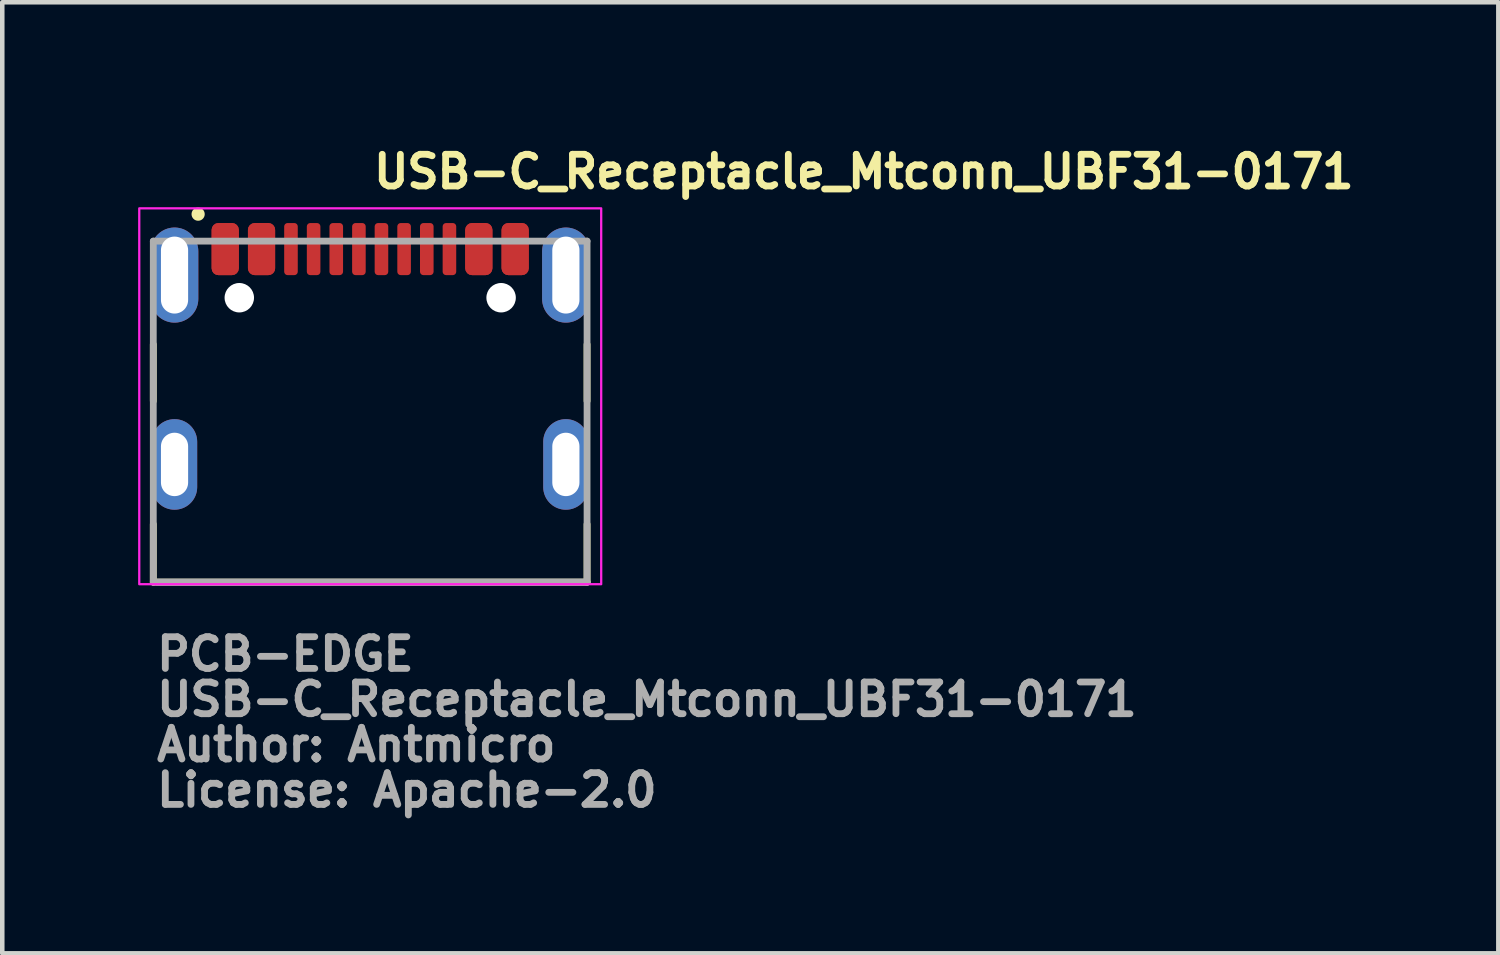
<source format=kicad_pcb>
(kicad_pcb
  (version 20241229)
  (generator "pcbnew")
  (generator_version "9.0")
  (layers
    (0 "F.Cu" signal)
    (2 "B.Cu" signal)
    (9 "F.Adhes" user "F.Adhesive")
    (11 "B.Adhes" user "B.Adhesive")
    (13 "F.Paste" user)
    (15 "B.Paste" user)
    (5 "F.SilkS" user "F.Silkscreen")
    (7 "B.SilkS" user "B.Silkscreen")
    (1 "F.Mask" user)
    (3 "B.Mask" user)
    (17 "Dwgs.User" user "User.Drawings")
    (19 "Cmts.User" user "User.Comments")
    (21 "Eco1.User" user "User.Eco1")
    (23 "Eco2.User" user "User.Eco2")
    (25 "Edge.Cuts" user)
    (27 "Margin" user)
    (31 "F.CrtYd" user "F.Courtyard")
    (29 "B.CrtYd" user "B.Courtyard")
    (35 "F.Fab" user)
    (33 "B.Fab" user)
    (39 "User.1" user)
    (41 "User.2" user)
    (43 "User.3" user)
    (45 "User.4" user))
  (footprint "USB-C_Receptacle_Mtconn_UBF31-0171"
    (layer "F.Cu")
    (at 5.125 5.95)
    (property "Reference" "USB-C_Receptacle_Mtconn_UBF31-0171" (at 0 -4.8 0) (layer "F.SilkS") (effects (font (size 0.7 0.7) (thickness 0.15)) (justify left bottom)))
    (attr smd)
    (fp_line (start -4.79 -1.395) (end -4.79 -0.145) (stroke (width 0.15) (type solid)) (layer "F.SilkS"))
    (fp_line (start -4.79 2.575) (end -4.79 3.854) (stroke (width 0.15) (type solid)) (layer "F.SilkS"))
    (fp_line (start -4.79 3.854) (end 4.788 3.854) (stroke (width 0.15) (type solid)) (layer "F.SilkS"))
    (fp_line (start 4.788 -1.395) (end 4.788 -0.145) (stroke (width 0.15) (type solid)) (layer "F.SilkS"))
    (fp_line (start 4.788 3.854) (end 4.788 2.575) (stroke (width 0.15) (type solid)) (layer "F.SilkS"))
    (fp_circle (center -3.8 -4.271) (end -3.75 -4.221) (stroke (width 0.15) (type solid)) (fill yes) (layer "F.SilkS"))
    (fp_rect (start -5.1 -4.4) (end 5.1 3.9) (stroke (width 0.05) (type solid)) (fill no) (layer "F.CrtYd"))
    (fp_line (start -4.79 -3.676) (end 4.788 -3.676) (stroke (width 0.15) (type solid)) (layer "F.Fab"))
    (fp_line (start -4.79 3.854) (end -4.79 -3.676) (stroke (width 0.15) (type solid)) (layer "F.Fab"))
    (fp_line (start -4.702 3.854) (end 4.788 3.854) (stroke (width 0.15) (type solid)) (layer "F.Fab"))
    (fp_line (start 4.788 -3.676) (end 4.788 3.854) (stroke (width 0.15) (type solid)) (layer "F.Fab"))
    (fp_line (start 4.788 3.854) (end -4.79 3.854) (stroke (width 0.15) (type solid)) (layer "F.Fab"))
    (fp_rect (start -4.79 -3.856) (end 4.788 3.854) (stroke (width 0.1) (type solid)) (fill no) (layer "User.5"))
    (fp_line (start -4.79 -3.25) (end -4.79 -3.226) (stroke (width 0.02) (type solid)) (layer "User.9"))
    (fp_line (start -4.79 -3.226) (end -4.79 -2.077) (stroke (width 0.02) (type solid)) (layer "User.9"))
    (fp_line (start -4.79 -1.875) (end -4.79 -2.077) (stroke (width 0.02) (type solid)) (layer "User.9"))
    (fp_line (start -4.789 -3.273) (end -4.79 -3.25) (stroke (width 0.02) (type solid)) (layer "User.9"))
    (fp_line (start -4.786 -3.294) (end -4.789 -3.273) (stroke (width 0.02) (type solid)) (layer "User.9"))
    (fp_line (start -4.781 -3.317) (end -4.786 -3.294) (stroke (width 0.02) (type solid)) (layer "User.9"))
    (fp_line (start -4.776 -3.339) (end -4.781 -3.317) (stroke (width 0.02) (type solid)) (layer "User.9"))
    (fp_line (start -4.771 -3.359) (end -4.776 -3.339) (stroke (width 0.02) (type solid)) (layer "User.9"))
    (fp_line (start -4.763 -3.38) (end -4.771 -3.359) (stroke (width 0.02) (type solid)) (layer "User.9"))
    (fp_line (start -4.755 -3.402) (end -4.763 -3.38) (stroke (width 0.02) (type solid)) (layer "User.9"))
    (fp_line (start -4.747 -3.422) (end -4.755 -3.402) (stroke (width 0.02) (type solid)) (layer "User.9"))
    (fp_line (start -4.736 -3.44) (end -4.747 -3.422) (stroke (width 0.02) (type solid)) (layer "User.9"))
    (fp_line (start -4.726 -3.46) (end -4.736 -3.44) (stroke (width 0.02) (type solid)) (layer "User.9"))
    (fp_line (start -4.715 -3.477) (end -4.726 -3.46) (stroke (width 0.02) (type solid)) (layer "User.9"))
    (fp_line (start -4.702 -3.496) (end -4.715 -3.477) (stroke (width 0.02) (type solid)) (layer "User.9"))
    (fp_line (start -4.688 -3.512) (end -4.702 -3.496) (stroke (width 0.02) (type solid)) (layer "User.9"))
    (fp_line (start -4.675 -3.528) (end -4.688 -3.512) (stroke (width 0.02) (type solid)) (layer "User.9"))
    (fp_line (start -4.659 -3.544) (end -4.675 -3.528) (stroke (width 0.02) (type solid)) (layer "User.9"))
    (fp_line (start -4.643 -3.56) (end -4.659 -3.544) (stroke (width 0.02) (type solid)) (layer "User.9"))
    (fp_line (start -4.64 -1.875) (end -4.79 -1.875) (stroke (width 0.02) (type solid)) (layer "User.9"))
    (fp_line (start -4.64 -1.875) (end -4.6 -1.917) (stroke (width 0.02) (type solid)) (layer "User.9"))
    (fp_line (start -4.627 -3.573) (end -4.643 -3.56) (stroke (width 0.02) (type solid)) (layer "User.9"))
    (fp_line (start -4.611 -3.586) (end -4.627 -3.573) (stroke (width 0.02) (type solid)) (layer "User.9"))
    (fp_line (start -4.6 -1.917) (end -4.6 -1.917) (stroke (width 0.02) (type solid)) (layer "User.9"))
    (fp_line (start -4.6 -1.917) (end -4.491 -2.025) (stroke (width 0.02) (type solid)) (layer "User.9"))
    (fp_line (start -4.593 -3.6) (end -4.611 -3.586) (stroke (width 0.02) (type solid)) (layer "User.9"))
    (fp_line (start -4.574 -3.61) (end -4.593 -3.6) (stroke (width 0.02) (type solid)) (layer "User.9"))
    (fp_line (start -4.555 -3.621) (end -4.574 -3.61) (stroke (width 0.02) (type solid)) (layer "User.9"))
    (fp_line (start -4.537 -3.632) (end -4.555 -3.621) (stroke (width 0.02) (type solid)) (layer "User.9"))
    (fp_line (start -4.516 -3.641) (end -4.537 -3.632) (stroke (width 0.02) (type solid)) (layer "User.9"))
    (fp_line (start -4.496 -3.649) (end -4.516 -3.641) (stroke (width 0.02) (type solid)) (layer "User.9"))
    (fp_line (start -4.491 -3.242) (end -4.491 -3.234) (stroke (width 0.02) (type solid)) (layer "User.9"))
    (fp_line (start -4.491 -3.234) (end -4.491 -3.226) (stroke (width 0.02) (type solid)) (layer "User.9"))
    (fp_line (start -4.491 -3.226) (end -4.491 -2.077) (stroke (width 0.02) (type solid)) (layer "User.9"))
    (fp_line (start -4.491 -2.327) (end -4.47 -2.327) (stroke (width 0.02) (type solid)) (layer "User.9"))
    (fp_line (start -4.491 -2.025) (end -4.491 -2.077) (stroke (width 0.02) (type solid)) (layer "User.9"))
    (fp_line (start -4.489 -3.249) (end -4.491 -3.242) (stroke (width 0.02) (type solid)) (layer "User.9"))
    (fp_line (start -4.488 -3.257) (end -4.489 -3.249) (stroke (width 0.02) (type solid)) (layer "User.9"))
    (fp_line (start -4.486 -3.263) (end -4.488 -3.257) (stroke (width 0.02) (type solid)) (layer "User.9"))
    (fp_line (start -4.484 -3.27) (end -4.486 -3.263) (stroke (width 0.02) (type solid)) (layer "User.9"))
    (fp_line (start -4.481 -3.278) (end -4.484 -3.27) (stroke (width 0.02) (type solid)) (layer "User.9"))
    (fp_line (start -4.479 -3.285) (end -4.481 -3.278) (stroke (width 0.02) (type solid)) (layer "User.9"))
    (fp_line (start -4.476 -3.291) (end -4.479 -3.285) (stroke (width 0.02) (type solid)) (layer "User.9"))
    (fp_line (start -4.475 -3.656) (end -4.496 -3.649) (stroke (width 0.02) (type solid)) (layer "User.9"))
    (fp_line (start -4.473 -3.298) (end -4.476 -3.291) (stroke (width 0.02) (type solid)) (layer "User.9"))
    (fp_line (start -4.47 -3.303) (end -4.473 -3.298) (stroke (width 0.02) (type solid)) (layer "User.9"))
    (fp_line (start -4.47 -3.176) (end -4.47 -3.301) (stroke (width 0.02) (type solid)) (layer "User.9"))
    (fp_line (start -4.47 -3.176) (end -4.47 -3.125) (stroke (width 0.02) (type solid)) (layer "User.9"))
    (fp_line (start -4.47 -3.125) (end -4.47 3.854) (stroke (width 0.02) (type solid)) (layer "User.9"))
    (fp_line (start -4.47 -2.952) (end -4.491 -2.923) (stroke (width 0.02) (type solid)) (layer "User.9"))
    (fp_line (start -4.465 -3.31) (end -4.47 -3.303) (stroke (width 0.02) (type solid)) (layer "User.9"))
    (fp_line (start -4.462 -3.315) (end -4.465 -3.31) (stroke (width 0.02) (type solid)) (layer "User.9"))
    (fp_line (start -4.462 -3.125) (end -4.47 -3.125) (stroke (width 0.02) (type solid)) (layer "User.9"))
    (fp_line (start -4.462 -3.125) (end -4.462 -3.125) (stroke (width 0.02) (type solid)) (layer "User.9"))
    (fp_line (start -4.462 3.854) (end -4.47 3.854) (stroke (width 0.02) (type solid)) (layer "User.9"))
    (fp_line (start -4.462 3.854) (end -4.462 3.854) (stroke (width 0.02) (type solid)) (layer "User.9"))
    (fp_line (start -4.457 -3.322) (end -4.462 -3.315) (stroke (width 0.02) (type solid)) (layer "User.9"))
    (fp_line (start -4.454 -3.661) (end -4.475 -3.656) (stroke (width 0.02) (type solid)) (layer "User.9"))
    (fp_line (start -4.452 -3.326) (end -4.457 -3.322) (stroke (width 0.02) (type solid)) (layer "User.9"))
    (fp_line (start -4.447 -3.332) (end -4.452 -3.326) (stroke (width 0.02) (type solid)) (layer "User.9"))
    (fp_line (start -4.441 -3.338) (end -4.447 -3.332) (stroke (width 0.02) (type solid)) (layer "User.9"))
    (fp_line (start -4.438 -3.125) (end -4.462 -3.125) (stroke (width 0.02) (type solid)) (layer "User.9"))
    (fp_line (start -4.438 -3.125) (end -4.438 -3.125) (stroke (width 0.02) (type solid)) (layer "User.9"))
    (fp_line (start -4.438 3.854) (end -4.462 3.854) (stroke (width 0.02) (type solid)) (layer "User.9"))
    (fp_line (start -4.438 3.854) (end -4.438 3.854) (stroke (width 0.02) (type solid)) (layer "User.9"))
    (fp_line (start -4.436 -3.342) (end -4.441 -3.338) (stroke (width 0.02) (type solid)) (layer "User.9"))
    (fp_line (start -4.431 -3.666) (end -4.454 -3.661) (stroke (width 0.02) (type solid)) (layer "User.9"))
    (fp_line (start -4.43 -3.347) (end -4.436 -3.342) (stroke (width 0.02) (type solid)) (layer "User.9"))
    (fp_line (start -4.425 -3.351) (end -4.43 -3.347) (stroke (width 0.02) (type solid)) (layer "User.9"))
    (fp_line (start -4.419 -3.355) (end -4.425 -3.351) (stroke (width 0.02) (type solid)) (layer "User.9"))
    (fp_line (start -4.412 -3.358) (end -4.419 -3.355) (stroke (width 0.02) (type solid)) (layer "User.9"))
    (fp_line (start -4.409 -3.67) (end -4.431 -3.666) (stroke (width 0.02) (type solid)) (layer "User.9"))
    (fp_line (start -4.406 -3.362) (end -4.412 -3.358) (stroke (width 0.02) (type solid)) (layer "User.9"))
    (fp_line (start -4.399 -3.364) (end -4.406 -3.362) (stroke (width 0.02) (type solid)) (layer "User.9"))
    (fp_line (start -4.399 -3.125) (end -4.438 -3.125) (stroke (width 0.02) (type solid)) (layer "User.9"))
    (fp_line (start -4.399 -3.125) (end -4.399 -3.125) (stroke (width 0.02) (type solid)) (layer "User.9"))
    (fp_line (start -4.399 3.854) (end -4.438 3.854) (stroke (width 0.02) (type solid)) (layer "User.9"))
    (fp_line (start -4.399 3.854) (end -4.399 3.854) (stroke (width 0.02) (type solid)) (layer "User.9"))
    (fp_line (start -4.393 -3.367) (end -4.399 -3.364) (stroke (width 0.02) (type solid)) (layer "User.9"))
    (fp_line (start -4.388 -3.673) (end -4.409 -3.67) (stroke (width 0.02) (type solid)) (layer "User.9"))
    (fp_line (start -4.385 -3.37) (end -4.393 -3.367) (stroke (width 0.02) (type solid)) (layer "User.9"))
    (fp_line (start -4.379 -3.371) (end -4.385 -3.37) (stroke (width 0.02) (type solid)) (layer "User.9"))
    (fp_line (start -4.372 -3.372) (end -4.379 -3.371) (stroke (width 0.02) (type solid)) (layer "User.9"))
    (fp_line (start -4.364 -3.676) (end -4.388 -3.673) (stroke (width 0.02) (type solid)) (layer "User.9"))
    (fp_line (start -4.364 -3.375) (end -4.372 -3.372) (stroke (width 0.02) (type solid)) (layer "User.9"))
    (fp_line (start -4.363 -3.285) (end -4.47 -3.176) (stroke (width 0.02) (type solid)) (layer "User.9"))
    (fp_line (start -4.363 -3.285) (end -4.363 -3.285) (stroke (width 0.02) (type solid)) (layer "User.9"))
    (fp_line (start -4.356 -3.375) (end -4.364 -3.375) (stroke (width 0.02) (type solid)) (layer "User.9"))
    (fp_line (start -4.348 -3.375) (end -4.356 -3.375) (stroke (width 0.02) (type solid)) (layer "User.9"))
    (fp_line (start -4.345 -3.125) (end -4.399 -3.125) (stroke (width 0.02) (type solid)) (layer "User.9"))
    (fp_line (start -4.345 -3.125) (end -4.345 -3.125) (stroke (width 0.02) (type solid)) (layer "User.9"))
    (fp_line (start -4.345 3.854) (end -4.399 3.854) (stroke (width 0.02) (type solid)) (layer "User.9"))
    (fp_line (start -4.345 3.854) (end -4.345 3.854) (stroke (width 0.02) (type solid)) (layer "User.9"))
    (fp_line (start -4.34 -3.676) (end -4.364 -3.676) (stroke (width 0.02) (type solid)) (layer "User.9"))
    (fp_line (start -4.34 -3.676) (end -4.321 -3.676) (stroke (width 0.02) (type solid)) (layer "User.9"))
    (fp_line (start -4.34 -3.375) (end -4.348 -3.375) (stroke (width 0.02) (type solid)) (layer "User.9"))
    (fp_line (start -4.34 -3.375) (end -4.321 -3.375) (stroke (width 0.02) (type solid)) (layer "User.9"))
    (fp_line (start -4.321 -3.676) (end -4.314 -3.676) (stroke (width 0.02) (type solid)) (layer "User.9"))
    (fp_line (start -4.321 -3.375) (end -4.321 -3.676) (stroke (width 0.02) (type solid)) (layer "User.9"))
    (fp_line (start -4.321 -3.375) (end -4.321 -3.326) (stroke (width 0.02) (type solid)) (layer "User.9"))
    (fp_line (start -4.321 -3.375) (end -4.314 -3.375) (stroke (width 0.02) (type solid)) (layer "User.9"))
    (fp_line (start -4.321 -3.326) (end -4.363 -3.285) (stroke (width 0.02) (type solid)) (layer "User.9"))
    (fp_line (start -4.314 -3.676) (end -4.314 -3.676) (stroke (width 0.02) (type solid)) (layer "User.9"))
    (fp_line (start -4.314 -3.676) (end -4.297 -3.676) (stroke (width 0.02) (type solid)) (layer "User.9"))
    (fp_line (start -4.314 -3.375) (end -4.314 -3.375) (stroke (width 0.02) (type solid)) (layer "User.9"))
    (fp_line (start -4.314 -3.375) (end -4.297 -3.375) (stroke (width 0.02) (type solid)) (layer "User.9"))
    (fp_line (start -4.297 -3.676) (end -4.297 -3.676) (stroke (width 0.02) (type solid)) (layer "User.9"))
    (fp_line (start -4.297 -3.676) (end -4.268 -3.676) (stroke (width 0.02) (type solid)) (layer "User.9"))
    (fp_line (start -4.297 -3.375) (end -4.297 -3.375) (stroke (width 0.02) (type solid)) (layer "User.9"))
    (fp_line (start -4.297 -3.375) (end -4.268 -3.375) (stroke (width 0.02) (type solid)) (layer "User.9"))
    (fp_line (start -4.274 -3.125) (end -4.345 -3.125) (stroke (width 0.02) (type solid)) (layer "User.9"))
    (fp_line (start -4.274 -3.125) (end -4.274 -3.125) (stroke (width 0.02) (type solid)) (layer "User.9"))
    (fp_line (start -4.274 3.854) (end -4.345 3.854) (stroke (width 0.02) (type solid)) (layer "User.9"))
    (fp_line (start -4.274 3.854) (end -4.274 3.854) (stroke (width 0.02) (type solid)) (layer "User.9"))
    (fp_line (start -4.268 -3.676) (end -4.268 -3.676) (stroke (width 0.02) (type solid)) (layer "User.9"))
    (fp_line (start -4.268 -3.676) (end -4.225 -3.676) (stroke (width 0.02) (type solid)) (layer "User.9"))
    (fp_line (start -4.268 -3.375) (end -4.268 -3.375) (stroke (width 0.02) (type solid)) (layer "User.9"))
    (fp_line (start -4.268 -3.375) (end -4.225 -3.375) (stroke (width 0.02) (type solid)) (layer "User.9"))
    (fp_line (start -4.225 -3.676) (end -4.225 -3.676) (stroke (width 0.02) (type solid)) (layer "User.9"))
    (fp_line (start -4.225 -3.676) (end -4.173 -3.676) (stroke (width 0.02) (type solid)) (layer "User.9"))
    (fp_line (start -4.225 -3.375) (end -4.225 -3.375) (stroke (width 0.02) (type solid)) (layer "User.9"))
    (fp_line (start -4.225 -3.375) (end -4.173 -3.375) (stroke (width 0.02) (type solid)) (layer "User.9"))
    (fp_line (start -4.191 -3.125) (end -4.274 -3.125) (stroke (width 0.02) (type solid)) (layer "User.9"))
    (fp_line (start -4.191 -3.125) (end -4.191 -3.125) (stroke (width 0.02) (type solid)) (layer "User.9"))
    (fp_line (start -4.191 3.854) (end -4.274 3.854) (stroke (width 0.02) (type solid)) (layer "User.9"))
    (fp_line (start -4.191 3.854) (end -4.191 3.854) (stroke (width 0.02) (type solid)) (layer "User.9"))
    (fp_line (start -4.173 -3.676) (end -4.173 -3.676) (stroke (width 0.02) (type solid)) (layer "User.9"))
    (fp_line (start -4.173 -3.676) (end -4.111 -3.676) (stroke (width 0.02) (type solid)) (layer "User.9"))
    (fp_line (start -4.173 -3.375) (end -4.173 -3.375) (stroke (width 0.02) (type solid)) (layer "User.9"))
    (fp_line (start -4.173 -3.375) (end -4.111 -3.375) (stroke (width 0.02) (type solid)) (layer "User.9"))
    (fp_line (start -4.17 -3.375) (end -4.17 -3.326) (stroke (width 0.02) (type solid)) (layer "User.9"))
    (fp_line (start -4.17 -3.326) (end -4.321 -3.326) (stroke (width 0.02) (type solid)) (layer "User.9"))
    (fp_line (start -4.17 -3.326) (end -4.17 -3.176) (stroke (width 0.02) (type solid)) (layer "User.9"))
    (fp_line (start -4.17 -3.176) (end -3.972 -3.375) (stroke (width 0.02) (type solid)) (layer "User.9"))
    (fp_line (start -4.17 -3.125) (end -4.17 -3.176) (stroke (width 0.02) (type solid)) (layer "User.9"))
    (fp_line (start -4.164 -3.176) (end -4.17 -3.176) (stroke (width 0.02) (type solid)) (layer "User.9"))
    (fp_line (start -4.164 -3.176) (end -4.164 -3.176) (stroke (width 0.02) (type solid)) (layer "User.9"))
    (fp_line (start -4.146 -3.176) (end -4.164 -3.176) (stroke (width 0.02) (type solid)) (layer "User.9"))
    (fp_line (start -4.146 -3.176) (end -4.146 -3.176) (stroke (width 0.02) (type solid)) (layer "User.9"))
    (fp_line (start -4.116 -3.176) (end -4.146 -3.176) (stroke (width 0.02) (type solid)) (layer "User.9"))
    (fp_line (start -4.116 -3.176) (end -4.116 -3.176) (stroke (width 0.02) (type solid)) (layer "User.9"))
    (fp_line (start -4.111 -3.676) (end -4.111 -3.676) (stroke (width 0.02) (type solid)) (layer "User.9"))
    (fp_line (start -4.111 -3.676) (end -4.037 -3.676) (stroke (width 0.02) (type solid)) (layer "User.9"))
    (fp_line (start -4.111 -3.375) (end -4.111 -3.375) (stroke (width 0.02) (type solid)) (layer "User.9"))
    (fp_line (start -4.111 -3.375) (end -4.037 -3.375) (stroke (width 0.02) (type solid)) (layer "User.9"))
    (fp_line (start -4.096 -3.125) (end -4.191 -3.125) (stroke (width 0.02) (type solid)) (layer "User.9"))
    (fp_line (start -4.096 -3.125) (end -4.096 -3.125) (stroke (width 0.02) (type solid)) (layer "User.9"))
    (fp_line (start -4.096 3.854) (end -4.191 3.854) (stroke (width 0.02) (type solid)) (layer "User.9"))
    (fp_line (start -4.096 3.854) (end -4.096 3.854) (stroke (width 0.02) (type solid)) (layer "User.9"))
    (fp_line (start -4.074 -3.176) (end -4.116 -3.176) (stroke (width 0.02) (type solid)) (layer "User.9"))
    (fp_line (start -4.074 -3.176) (end -4.074 -3.176) (stroke (width 0.02) (type solid)) (layer "User.9"))
    (fp_line (start -4.037 -3.676) (end -4.037 -3.676) (stroke (width 0.02) (type solid)) (layer "User.9"))
    (fp_line (start -4.037 -3.676) (end -3.955 -3.676) (stroke (width 0.02) (type solid)) (layer "User.9"))
    (fp_line (start -4.037 -3.375) (end -4.037 -3.375) (stroke (width 0.02) (type solid)) (layer "User.9"))
    (fp_line (start -4.037 -3.375) (end -3.955 -3.375) (stroke (width 0.02) (type solid)) (layer "User.9"))
    (fp_line (start -4.021 -3.176) (end -4.074 -3.176) (stroke (width 0.02) (type solid)) (layer "User.9"))
    (fp_line (start -4.021 -3.176) (end -4.021 -3.176) (stroke (width 0.02) (type solid)) (layer "User.9"))
    (fp_line (start -3.989 -3.125) (end -4.096 -3.125) (stroke (width 0.02) (type solid)) (layer "User.9"))
    (fp_line (start -3.989 -3.125) (end -3.989 -3.125) (stroke (width 0.02) (type solid)) (layer "User.9"))
    (fp_line (start -3.989 3.854) (end -4.096 3.854) (stroke (width 0.02) (type solid)) (layer "User.9"))
    (fp_line (start -3.989 3.854) (end -3.989 3.854) (stroke (width 0.02) (type solid)) (layer "User.9"))
    (fp_line (start -3.958 -3.176) (end -4.021 -3.176) (stroke (width 0.02) (type solid)) (layer "User.9"))
    (fp_line (start -3.958 -3.176) (end -3.958 -3.176) (stroke (width 0.02) (type solid)) (layer "User.9"))
    (fp_line (start -3.955 -3.676) (end -3.955 -3.676) (stroke (width 0.02) (type solid)) (layer "User.9"))
    (fp_line (start -3.955 -3.676) (end -3.769 -3.676) (stroke (width 0.02) (type solid)) (layer "User.9"))
    (fp_line (start -3.955 -3.375) (end -3.955 -3.375) (stroke (width 0.02) (type solid)) (layer "User.9"))
    (fp_line (start -3.955 -3.375) (end -3.769 -3.375) (stroke (width 0.02) (type solid)) (layer "User.9"))
    (fp_line (start -3.883 -3.176) (end -3.958 -3.176) (stroke (width 0.02) (type solid)) (layer "User.9"))
    (fp_line (start -3.883 -3.176) (end -3.883 -3.176) (stroke (width 0.02) (type solid)) (layer "User.9"))
    (fp_line (start -3.871 -3.125) (end -3.989 -3.125) (stroke (width 0.02) (type solid)) (layer "User.9"))
    (fp_line (start -3.871 -3.125) (end -3.871 -3.125) (stroke (width 0.02) (type solid)) (layer "User.9"))
    (fp_line (start -3.871 3.854) (end -3.989 3.854) (stroke (width 0.02) (type solid)) (layer "User.9"))
    (fp_line (start -3.871 3.854) (end -3.871 3.854) (stroke (width 0.02) (type solid)) (layer "User.9"))
    (fp_line (start -3.769 -3.676) (end -3.769 -3.676) (stroke (width 0.02) (type solid)) (layer "User.9"))
    (fp_line (start -3.769 -3.676) (end -3.33 -3.676) (stroke (width 0.02) (type solid)) (layer "User.9"))
    (fp_line (start -3.769 -3.375) (end -3.769 -3.375) (stroke (width 0.02) (type solid)) (layer "User.9"))
    (fp_line (start -3.769 -3.375) (end -3.33 -3.375) (stroke (width 0.02) (type solid)) (layer "User.9"))
    (fp_line (start -3.713 -3.176) (end -3.883 -3.176) (stroke (width 0.02) (type solid)) (layer "User.9"))
    (fp_line (start -3.713 -3.176) (end -3.713 -3.176) (stroke (width 0.02) (type solid)) (layer "User.9"))
    (fp_line (start -3.613 -3.125) (end -3.871 -3.125) (stroke (width 0.02) (type solid)) (layer "User.9"))
    (fp_line (start -3.613 -3.125) (end -3.613 -3.125) (stroke (width 0.02) (type solid)) (layer "User.9"))
    (fp_line (start -3.613 3.854) (end -3.871 3.854) (stroke (width 0.02) (type solid)) (layer "User.9"))
    (fp_line (start -3.613 3.854) (end -3.613 3.854) (stroke (width 0.02) (type solid)) (layer "User.9"))
    (fp_line (start -3.515 -3.176) (end -3.713 -3.176) (stroke (width 0.02) (type solid)) (layer "User.9"))
    (fp_line (start -3.515 -3.176) (end -3.515 -3.176) (stroke (width 0.02) (type solid)) (layer "User.9"))
    (fp_line (start -3.451 -3.856) (end -3.451 -3.676) (stroke (width 0.02) (type solid)) (layer "User.9"))
    (fp_line (start -3.451 -3.856) (end -3.21 -3.856) (stroke (width 0.02) (type solid)) (layer "User.9"))
    (fp_line (start -3.33 -3.676) (end -3.293 -3.676) (stroke (width 0.02) (type solid)) (layer "User.9"))
    (fp_line (start -3.33 -3.375) (end -3.293 -3.375) (stroke (width 0.02) (type solid)) (layer "User.9"))
    (fp_line (start -3.293 -3.676) (end -3.009 -3.676) (stroke (width 0.02) (type solid)) (layer "User.9"))
    (fp_line (start -3.293 -3.375) (end -3.009 -3.375) (stroke (width 0.02) (type solid)) (layer "User.9"))
    (fp_line (start -3.21 -3.856) (end -3.21 -3.676) (stroke (width 0.02) (type solid)) (layer "User.9"))
    (fp_line (start -3.19 -3.856) (end -3.19 -3.676) (stroke (width 0.02) (type solid)) (layer "User.9"))
    (fp_line (start -3.19 -3.856) (end -2.952 -3.856) (stroke (width 0.02) (type solid)) (layer "User.9"))
    (fp_line (start -3.19 -3.176) (end -3.515 -3.176) (stroke (width 0.02) (type solid)) (layer "User.9"))
    (fp_line (start -3.19 -3.125) (end -3.613 -3.125) (stroke (width 0.02) (type solid)) (layer "User.9"))
    (fp_line (start -3.19 3.854) (end -3.613 3.854) (stroke (width 0.02) (type solid)) (layer "User.9"))
    (fp_line (start -3.009 -3.676) (end -2.868 -3.676) (stroke (width 0.02) (type solid)) (layer "User.9"))
    (fp_line (start -3.009 -3.375) (end -2.868 -3.375) (stroke (width 0.02) (type solid)) (layer "User.9"))
    (fp_line (start -2.952 -3.856) (end -2.952 -3.676) (stroke (width 0.02) (type solid)) (layer "User.9"))
    (fp_line (start -2.868 -3.676) (end -2.609 -3.676) (stroke (width 0.02) (type solid)) (layer "User.9"))
    (fp_line (start -2.868 -3.375) (end -2.609 -3.375) (stroke (width 0.02) (type solid)) (layer "User.9"))
    (fp_line (start -2.709 -3.125) (end -3.19 -3.125) (stroke (width 0.02) (type solid)) (layer "User.9"))
    (fp_line (start -2.703 -3.126) (end -2.709 -3.126) (stroke (width 0.02) (type solid)) (layer "User.9"))
    (fp_line (start -2.698 -3.126) (end -2.703 -3.126) (stroke (width 0.02) (type solid)) (layer "User.9"))
    (fp_line (start -2.694 -3.128) (end -2.698 -3.126) (stroke (width 0.02) (type solid)) (layer "User.9"))
    (fp_line (start -2.689 -3.129) (end -2.694 -3.128) (stroke (width 0.02) (type solid)) (layer "User.9"))
    (fp_line (start -2.684 -3.129) (end -2.689 -3.129) (stroke (width 0.02) (type solid)) (layer "User.9"))
    (fp_line (start -2.678 -3.13) (end -2.684 -3.129) (stroke (width 0.02) (type solid)) (layer "User.9"))
    (fp_line (start -2.674 -3.133) (end -2.678 -3.13) (stroke (width 0.02) (type solid)) (layer "User.9"))
    (fp_line (start -2.669 -3.133) (end -2.674 -3.133) (stroke (width 0.02) (type solid)) (layer "User.9"))
    (fp_line (start -2.665 -3.136) (end -2.669 -3.133) (stroke (width 0.02) (type solid)) (layer "User.9"))
    (fp_line (start -2.661 -3.138) (end -2.665 -3.136) (stroke (width 0.02) (type solid)) (layer "User.9"))
    (fp_line (start -2.657 -3.141) (end -2.661 -3.138) (stroke (width 0.02) (type solid)) (layer "User.9"))
    (fp_line (start -2.653 -3.144) (end -2.657 -3.141) (stroke (width 0.02) (type solid)) (layer "User.9"))
    (fp_line (start -2.65 -3.856) (end -2.65 -3.676) (stroke (width 0.02) (type solid)) (layer "User.9"))
    (fp_line (start -2.65 -3.856) (end -2.411 -3.856) (stroke (width 0.02) (type solid)) (layer "User.9"))
    (fp_line (start -2.65 -1.426) (end -2.65 -1.401) (stroke (width 0.02) (type solid)) (layer "User.9"))
    (fp_line (start -2.65 -1.426) (end -1.351 -1.426) (stroke (width 0.02) (type solid)) (layer "User.9"))
    (fp_line (start -2.65 -1.401) (end -2.65 -1.426) (stroke (width 0.02) (type solid)) (layer "User.9"))
    (fp_line (start -2.65 -1.401) (end -2.564 -1.401) (stroke (width 0.02) (type solid)) (layer "User.9"))
    (fp_line (start -2.65 -0.951) (end -2.65 -0.927) (stroke (width 0.02) (type solid)) (layer "User.9"))
    (fp_line (start -2.65 -0.927) (end -1.351 -0.927) (stroke (width 0.02) (type solid)) (layer "User.9"))
    (fp_line (start -2.649 -3.145) (end -2.653 -3.144) (stroke (width 0.02) (type solid)) (layer "User.9"))
    (fp_line (start -2.645 -3.149) (end -2.649 -3.145) (stroke (width 0.02) (type solid)) (layer "User.9"))
    (fp_line (start -2.641 -3.152) (end -2.645 -3.149) (stroke (width 0.02) (type solid)) (layer "User.9"))
    (fp_line (start -2.637 -3.156) (end -2.641 -3.152) (stroke (width 0.02) (type solid)) (layer "User.9"))
    (fp_line (start -2.634 -3.158) (end -2.637 -3.156) (stroke (width 0.02) (type solid)) (layer "User.9"))
    (fp_line (start -2.632 -3.162) (end -2.634 -3.158) (stroke (width 0.02) (type solid)) (layer "User.9"))
    (fp_line (start -2.629 -3.166) (end -2.632 -3.162) (stroke (width 0.02) (type solid)) (layer "User.9"))
    (fp_line (start -2.625 -3.17) (end -2.629 -3.166) (stroke (width 0.02) (type solid)) (layer "User.9"))
    (fp_line (start -2.622 -3.174) (end -2.625 -3.17) (stroke (width 0.02) (type solid)) (layer "User.9"))
    (fp_line (start -2.621 -3.178) (end -2.622 -3.174) (stroke (width 0.02) (type solid)) (layer "User.9"))
    (fp_line (start -2.621 -3.176) (end -3.19 -3.176) (stroke (width 0.02) (type solid)) (layer "User.9"))
    (fp_line (start -2.618 -3.182) (end -2.621 -3.178) (stroke (width 0.02) (type solid)) (layer "User.9"))
    (fp_line (start -2.617 -3.188) (end -2.618 -3.182) (stroke (width 0.02) (type solid)) (layer "User.9"))
    (fp_line (start -2.614 -3.192) (end -2.617 -3.188) (stroke (width 0.02) (type solid)) (layer "User.9"))
    (fp_line (start -2.613 -3.197) (end -2.614 -3.192) (stroke (width 0.02) (type solid)) (layer "User.9"))
    (fp_line (start -2.612 -3.202) (end -2.613 -3.197) (stroke (width 0.02) (type solid)) (layer "User.9"))
    (fp_line (start -2.61 -3.206) (end -2.612 -3.202) (stroke (width 0.02) (type solid)) (layer "User.9"))
    (fp_line (start -2.609 -3.676) (end -1.744 -3.676) (stroke (width 0.02) (type solid)) (layer "User.9"))
    (fp_line (start -2.609 -3.544) (end -2.609 -3.676) (stroke (width 0.02) (type solid)) (layer "User.9"))
    (fp_line (start -2.609 -3.544) (end -2.609 -3.544) (stroke (width 0.02) (type solid)) (layer "User.9"))
    (fp_line (start -2.609 -3.226) (end -2.609 -3.544) (stroke (width 0.02) (type solid)) (layer "User.9"))
    (fp_line (start -2.609 -3.226) (end -2.609 -3.221) (stroke (width 0.02) (type solid)) (layer "User.9"))
    (fp_line (start -2.609 -3.221) (end -2.609 -3.215) (stroke (width 0.02) (type solid)) (layer "User.9"))
    (fp_line (start -2.609 -3.215) (end -2.609 -3.21) (stroke (width 0.02) (type solid)) (layer "User.9"))
    (fp_line (start -2.609 -3.21) (end -2.61 -3.206) (stroke (width 0.02) (type solid)) (layer "User.9"))
    (fp_line (start -2.564 -0.951) (end -2.65 -0.951) (stroke (width 0.02) (type solid)) (layer "User.9"))
    (fp_line (start -2.411 -3.856) (end -2.411 -3.676) (stroke (width 0.02) (type solid)) (layer "User.9"))
    (fp_line (start -2.391 -3.856) (end -2.391 -3.676) (stroke (width 0.02) (type solid)) (layer "User.9"))
    (fp_line (start -2.391 -3.856) (end -2.15 -3.856) (stroke (width 0.02) (type solid)) (layer "User.9"))
    (fp_line (start -2.234 -1.401) (end -2.564 -1.401) (stroke (width 0.02) (type solid)) (layer "User.9"))
    (fp_line (start -2.234 -0.951) (end -2.564 -0.951) (stroke (width 0.02) (type solid)) (layer "User.9"))
    (fp_line (start -2.15 -3.856) (end -2.15 -3.676) (stroke (width 0.02) (type solid)) (layer "User.9"))
    (fp_line (start -2.148 -1.401) (end -2.234 -1.401) (stroke (width 0.02) (type solid)) (layer "User.9"))
    (fp_line (start -2.148 -0.951) (end -2.234 -0.951) (stroke (width 0.02) (type solid)) (layer "User.9"))
    (fp_line (start -2.101 -1.401) (end -2.148 -1.401) (stroke (width 0.02) (type solid)) (layer "User.9"))
    (fp_line (start -2.101 -0.951) (end -2.148 -0.951) (stroke (width 0.02) (type solid)) (layer "User.9"))
    (fp_line (start -1.901 -1.401) (end -2.101 -1.401) (stroke (width 0.02) (type solid)) (layer "User.9"))
    (fp_line (start -1.901 -0.951) (end -2.101 -0.951) (stroke (width 0.02) (type solid)) (layer "User.9"))
    (fp_line (start -1.855 -1.401) (end -1.901 -1.401) (stroke (width 0.02) (type solid)) (layer "User.9"))
    (fp_line (start -1.855 -0.951) (end -1.901 -0.951) (stroke (width 0.02) (type solid)) (layer "User.9"))
    (fp_line (start -1.851 -3.856) (end -1.851 -3.676) (stroke (width 0.02) (type solid)) (layer "User.9"))
    (fp_line (start -1.851 -3.856) (end -1.651 -3.856) (stroke (width 0.02) (type solid)) (layer "User.9"))
    (fp_line (start -1.768 -1.401) (end -1.855 -1.401) (stroke (width 0.02) (type solid)) (layer "User.9"))
    (fp_line (start -1.768 -0.951) (end -1.855 -0.951) (stroke (width 0.02) (type solid)) (layer "User.9"))
    (fp_line (start -1.744 -3.676) (end -1.744 -3.544) (stroke (width 0.02) (type solid)) (layer "User.9"))
    (fp_line (start -1.744 -3.676) (end -1.593 -3.676) (stroke (width 0.02) (type solid)) (layer "User.9"))
    (fp_line (start -1.744 -3.544) (end -1.744 -3.544) (stroke (width 0.02) (type solid)) (layer "User.9"))
    (fp_line (start -1.744 -3.544) (end -1.744 -3.226) (stroke (width 0.02) (type solid)) (layer "User.9"))
    (fp_line (start -1.744 -3.375) (end 1.741 -3.375) (stroke (width 0.02) (type solid)) (layer "User.9"))
    (fp_line (start -1.744 -3.221) (end -1.744 -3.226) (stroke (width 0.02) (type solid)) (layer "User.9"))
    (fp_line (start -1.742 -3.215) (end -1.744 -3.221) (stroke (width 0.02) (type solid)) (layer "User.9"))
    (fp_line (start -1.742 -3.21) (end -1.742 -3.215) (stroke (width 0.02) (type solid)) (layer "User.9"))
    (fp_line (start -1.742 -3.206) (end -1.742 -3.21) (stroke (width 0.02) (type solid)) (layer "User.9"))
    (fp_line (start -1.74 -3.202) (end -1.742 -3.206) (stroke (width 0.02) (type solid)) (layer "User.9"))
    (fp_line (start -1.74 -3.197) (end -1.74 -3.202) (stroke (width 0.02) (type solid)) (layer "User.9"))
    (fp_line (start -1.738 -3.192) (end -1.74 -3.197) (stroke (width 0.02) (type solid)) (layer "User.9"))
    (fp_line (start -1.736 -3.188) (end -1.738 -3.192) (stroke (width 0.02) (type solid)) (layer "User.9"))
    (fp_line (start -1.734 -3.182) (end -1.736 -3.188) (stroke (width 0.02) (type solid)) (layer "User.9"))
    (fp_line (start -1.732 -3.178) (end -1.734 -3.182) (stroke (width 0.02) (type solid)) (layer "User.9"))
    (fp_line (start -1.73 -3.174) (end -1.732 -3.178) (stroke (width 0.02) (type solid)) (layer "User.9"))
    (fp_line (start -1.726 -3.17) (end -1.73 -3.174) (stroke (width 0.02) (type solid)) (layer "User.9"))
    (fp_line (start -1.724 -3.166) (end -1.726 -3.17) (stroke (width 0.02) (type solid)) (layer "User.9"))
    (fp_line (start -1.72 -3.162) (end -1.724 -3.166) (stroke (width 0.02) (type solid)) (layer "User.9"))
    (fp_line (start -1.718 -3.158) (end -1.72 -3.162) (stroke (width 0.02) (type solid)) (layer "User.9"))
    (fp_line (start -1.714 -3.156) (end -1.718 -3.158) (stroke (width 0.02) (type solid)) (layer "User.9"))
    (fp_line (start -1.71 -3.152) (end -1.714 -3.156) (stroke (width 0.02) (type solid)) (layer "User.9"))
    (fp_line (start -1.708 -3.149) (end -1.71 -3.152) (stroke (width 0.02) (type solid)) (layer "User.9"))
    (fp_line (start -1.704 -3.145) (end -1.708 -3.149) (stroke (width 0.02) (type solid)) (layer "User.9"))
    (fp_line (start -1.7 -3.144) (end -1.704 -3.145) (stroke (width 0.02) (type solid)) (layer "User.9"))
    (fp_line (start -1.696 -3.141) (end -1.7 -3.144) (stroke (width 0.02) (type solid)) (layer "User.9"))
    (fp_line (start -1.692 -3.138) (end -1.696 -3.141) (stroke (width 0.02) (type solid)) (layer "User.9"))
    (fp_line (start -1.686 -3.136) (end -1.692 -3.138) (stroke (width 0.02) (type solid)) (layer "User.9"))
    (fp_line (start -1.682 -3.133) (end -1.686 -3.136) (stroke (width 0.02) (type solid)) (layer "User.9"))
    (fp_line (start -1.678 -3.133) (end -1.682 -3.133) (stroke (width 0.02) (type solid)) (layer "User.9"))
    (fp_line (start -1.674 -3.13) (end -1.678 -3.133) (stroke (width 0.02) (type solid)) (layer "User.9"))
    (fp_line (start -1.668 -3.129) (end -1.674 -3.13) (stroke (width 0.02) (type solid)) (layer "User.9"))
    (fp_line (start -1.663 -3.129) (end -1.668 -3.129) (stroke (width 0.02) (type solid)) (layer "User.9"))
    (fp_line (start -1.659 -3.128) (end -1.663 -3.129) (stroke (width 0.02) (type solid)) (layer "User.9"))
    (fp_line (start -1.653 -3.126) (end -1.659 -3.128) (stroke (width 0.02) (type solid)) (layer "User.9"))
    (fp_line (start -1.651 -3.856) (end -1.651 -3.676) (stroke (width 0.02) (type solid)) (layer "User.9"))
    (fp_line (start -1.649 -3.126) (end -1.653 -3.126) (stroke (width 0.02) (type solid)) (layer "User.9"))
    (fp_line (start -1.643 -3.125) (end -1.649 -3.126) (stroke (width 0.02) (type solid)) (layer "User.9"))
    (fp_line (start -1.593 -3.676) (end 1.592 -3.676) (stroke (width 0.02) (type solid)) (layer "User.9"))
    (fp_line (start -1.438 -1.401) (end -1.768 -1.401) (stroke (width 0.02) (type solid)) (layer "User.9"))
    (fp_line (start -1.438 -0.951) (end -1.768 -0.951) (stroke (width 0.02) (type solid)) (layer "User.9"))
    (fp_line (start -1.438 -0.951) (end -1.351 -0.951) (stroke (width 0.02) (type solid)) (layer "User.9"))
    (fp_line (start -1.351 -3.856) (end -1.351 -3.676) (stroke (width 0.02) (type solid)) (layer "User.9"))
    (fp_line (start -1.351 -3.856) (end -1.151 -3.856) (stroke (width 0.02) (type solid)) (layer "User.9"))
    (fp_line (start -1.351 -1.426) (end -1.351 -1.401) (stroke (width 0.02) (type solid)) (layer "User.9"))
    (fp_line (start -1.351 -1.401) (end -1.438 -1.401) (stroke (width 0.02) (type solid)) (layer "User.9"))
    (fp_line (start -1.351 -1.401) (end -1.351 -1.426) (stroke (width 0.02) (type solid)) (layer "User.9"))
    (fp_line (start -1.351 -0.951) (end -1.351 -0.927) (stroke (width 0.02) (type solid)) (layer "User.9"))
    (fp_line (start -1.151 -3.856) (end -1.151 -3.676) (stroke (width 0.02) (type solid)) (layer "User.9"))
    (fp_line (start -0.85 -3.856) (end -0.85 -3.676) (stroke (width 0.02) (type solid)) (layer "User.9"))
    (fp_line (start -0.85 -3.856) (end -0.652 -3.856) (stroke (width 0.02) (type solid)) (layer "User.9"))
    (fp_line (start -0.652 -3.856) (end -0.652 -3.676) (stroke (width 0.02) (type solid)) (layer "User.9"))
    (fp_line (start -0.351 -3.856) (end -0.351 -3.676) (stroke (width 0.02) (type solid)) (layer "User.9"))
    (fp_line (start -0.351 -3.856) (end -0.15 -3.856) (stroke (width 0.02) (type solid)) (layer "User.9"))
    (fp_line (start -0.15 -3.856) (end -0.15 -3.676) (stroke (width 0.02) (type solid)) (layer "User.9"))
    (fp_line (start 0.148 -3.856) (end 0.148 -3.676) (stroke (width 0.02) (type solid)) (layer "User.9"))
    (fp_line (start 0.148 -3.856) (end 0.349 -3.856) (stroke (width 0.02) (type solid)) (layer "User.9"))
    (fp_line (start 0.349 -3.856) (end 0.349 -3.676) (stroke (width 0.02) (type solid)) (layer "User.9"))
    (fp_line (start 0.65 -3.856) (end 0.65 -3.676) (stroke (width 0.02) (type solid)) (layer "User.9"))
    (fp_line (start 0.65 -3.856) (end 0.848 -3.856) (stroke (width 0.02) (type solid)) (layer "User.9"))
    (fp_line (start 0.848 -3.856) (end 0.848 -3.676) (stroke (width 0.02) (type solid)) (layer "User.9"))
    (fp_line (start 1.148 -3.856) (end 1.148 -3.676) (stroke (width 0.02) (type solid)) (layer "User.9"))
    (fp_line (start 1.148 -3.856) (end 1.35 -3.856) (stroke (width 0.02) (type solid)) (layer "User.9"))
    (fp_line (start 1.35 -3.856) (end 1.35 -3.676) (stroke (width 0.02) (type solid)) (layer "User.9"))
    (fp_line (start 1.35 -1.426) (end 1.35 -1.401) (stroke (width 0.02) (type solid)) (layer "User.9"))
    (fp_line (start 1.35 -1.401) (end 1.35 -1.426) (stroke (width 0.02) (type solid)) (layer "User.9"))
    (fp_line (start 1.35 -1.401) (end 1.437 -1.401) (stroke (width 0.02) (type solid)) (layer "User.9"))
    (fp_line (start 1.35 -0.951) (end 1.35 -0.927) (stroke (width 0.02) (type solid)) (layer "User.9"))
    (fp_line (start 1.437 -0.951) (end 1.35 -0.951) (stroke (width 0.02) (type solid)) (layer "User.9"))
    (fp_line (start 1.592 -3.676) (end 1.741 -3.676) (stroke (width 0.02) (type solid)) (layer "User.9"))
    (fp_line (start 1.642 -3.125) (end -1.643 -3.125) (stroke (width 0.02) (type solid)) (layer "User.9"))
    (fp_line (start 1.646 -3.126) (end 1.642 -3.126) (stroke (width 0.02) (type solid)) (layer "User.9"))
    (fp_line (start 1.648 -3.856) (end 1.648 -3.676) (stroke (width 0.02) (type solid)) (layer "User.9"))
    (fp_line (start 1.648 -3.856) (end 1.85 -3.856) (stroke (width 0.02) (type solid)) (layer "User.9"))
    (fp_line (start 1.652 -3.126) (end 1.646 -3.126) (stroke (width 0.02) (type solid)) (layer "User.9"))
    (fp_line (start 1.656 -3.128) (end 1.652 -3.126) (stroke (width 0.02) (type solid)) (layer "User.9"))
    (fp_line (start 1.662 -3.129) (end 1.656 -3.128) (stroke (width 0.02) (type solid)) (layer "User.9"))
    (fp_line (start 1.667 -3.129) (end 1.662 -3.129) (stroke (width 0.02) (type solid)) (layer "User.9"))
    (fp_line (start 1.671 -3.13) (end 1.667 -3.129) (stroke (width 0.02) (type solid)) (layer "User.9"))
    (fp_line (start 1.675 -3.133) (end 1.671 -3.13) (stroke (width 0.02) (type solid)) (layer "User.9"))
    (fp_line (start 1.681 -3.133) (end 1.675 -3.133) (stroke (width 0.02) (type solid)) (layer "User.9"))
    (fp_line (start 1.685 -3.136) (end 1.681 -3.133) (stroke (width 0.02) (type solid)) (layer "User.9"))
    (fp_line (start 1.689 -3.138) (end 1.685 -3.136) (stroke (width 0.02) (type solid)) (layer "User.9"))
    (fp_line (start 1.693 -3.141) (end 1.689 -3.138) (stroke (width 0.02) (type solid)) (layer "User.9"))
    (fp_line (start 1.697 -3.144) (end 1.693 -3.141) (stroke (width 0.02) (type solid)) (layer "User.9"))
    (fp_line (start 1.701 -3.145) (end 1.697 -3.144) (stroke (width 0.02) (type solid)) (layer "User.9"))
    (fp_line (start 1.705 -3.149) (end 1.701 -3.145) (stroke (width 0.02) (type solid)) (layer "User.9"))
    (fp_line (start 1.709 -3.152) (end 1.705 -3.149) (stroke (width 0.02) (type solid)) (layer "User.9"))
    (fp_line (start 1.713 -3.156) (end 1.709 -3.152) (stroke (width 0.02) (type solid)) (layer "User.9"))
    (fp_line (start 1.715 -3.158) (end 1.713 -3.156) (stroke (width 0.02) (type solid)) (layer "User.9"))
    (fp_line (start 1.719 -3.162) (end 1.715 -3.158) (stroke (width 0.02) (type solid)) (layer "User.9"))
    (fp_line (start 1.721 -3.166) (end 1.719 -3.162) (stroke (width 0.02) (type solid)) (layer "User.9"))
    (fp_line (start 1.725 -3.17) (end 1.721 -3.166) (stroke (width 0.02) (type solid)) (layer "User.9"))
    (fp_line (start 1.727 -3.174) (end 1.725 -3.17) (stroke (width 0.02) (type solid)) (layer "User.9"))
    (fp_line (start 1.729 -3.178) (end 1.727 -3.174) (stroke (width 0.02) (type solid)) (layer "User.9"))
    (fp_line (start 1.729 -3.176) (end -1.73 -3.176) (stroke (width 0.02) (type solid)) (layer "User.9"))
    (fp_line (start 1.731 -3.182) (end 1.729 -3.178) (stroke (width 0.02) (type solid)) (layer "User.9"))
    (fp_line (start 1.733 -3.188) (end 1.731 -3.182) (stroke (width 0.02) (type solid)) (layer "User.9"))
    (fp_line (start 1.735 -3.192) (end 1.733 -3.188) (stroke (width 0.02) (type solid)) (layer "User.9"))
    (fp_line (start 1.737 -3.197) (end 1.735 -3.192) (stroke (width 0.02) (type solid)) (layer "User.9"))
    (fp_line (start 1.739 -3.206) (end 1.739 -3.202) (stroke (width 0.02) (type solid)) (layer "User.9"))
    (fp_line (start 1.739 -3.202) (end 1.737 -3.197) (stroke (width 0.02) (type solid)) (layer "User.9"))
    (fp_line (start 1.741 -3.676) (end 2.607 -3.676) (stroke (width 0.02) (type solid)) (layer "User.9"))
    (fp_line (start 1.741 -3.544) (end 1.741 -3.676) (stroke (width 0.02) (type solid)) (layer "User.9"))
    (fp_line (start 1.741 -3.544) (end 1.741 -3.544) (stroke (width 0.02) (type solid)) (layer "User.9"))
    (fp_line (start 1.741 -3.226) (end 1.741 -3.544) (stroke (width 0.02) (type solid)) (layer "User.9"))
    (fp_line (start 1.741 -3.226) (end 1.741 -3.221) (stroke (width 0.02) (type solid)) (layer "User.9"))
    (fp_line (start 1.741 -3.221) (end 1.741 -3.215) (stroke (width 0.02) (type solid)) (layer "User.9"))
    (fp_line (start 1.741 -3.215) (end 1.741 -3.21) (stroke (width 0.02) (type solid)) (layer "User.9"))
    (fp_line (start 1.741 -3.21) (end 1.739 -3.206) (stroke (width 0.02) (type solid)) (layer "User.9"))
    (fp_line (start 1.765 -1.401) (end 1.437 -1.401) (stroke (width 0.02) (type solid)) (layer "User.9"))
    (fp_line (start 1.765 -0.951) (end 1.437 -0.951) (stroke (width 0.02) (type solid)) (layer "User.9"))
    (fp_line (start 1.85 -3.856) (end 1.85 -3.676) (stroke (width 0.02) (type solid)) (layer "User.9"))
    (fp_line (start 1.852 -1.401) (end 1.765 -1.401) (stroke (width 0.02) (type solid)) (layer "User.9"))
    (fp_line (start 1.852 -0.951) (end 1.765 -0.951) (stroke (width 0.02) (type solid)) (layer "User.9"))
    (fp_line (start 1.898 -1.401) (end 1.852 -1.401) (stroke (width 0.02) (type solid)) (layer "User.9"))
    (fp_line (start 1.898 -0.951) (end 1.852 -0.951) (stroke (width 0.02) (type solid)) (layer "User.9"))
    (fp_line (start 2.1 -1.401) (end 1.898 -1.401) (stroke (width 0.02) (type solid)) (layer "User.9"))
    (fp_line (start 2.1 -0.951) (end 1.898 -0.951) (stroke (width 0.02) (type solid)) (layer "User.9"))
    (fp_line (start 2.145 -1.401) (end 2.1 -1.401) (stroke (width 0.02) (type solid)) (layer "User.9"))
    (fp_line (start 2.145 -0.951) (end 2.1 -0.951) (stroke (width 0.02) (type solid)) (layer "User.9"))
    (fp_line (start 2.148 -3.856) (end 2.148 -3.676) (stroke (width 0.02) (type solid)) (layer "User.9"))
    (fp_line (start 2.148 -3.856) (end 2.39 -3.856) (stroke (width 0.02) (type solid)) (layer "User.9"))
    (fp_line (start 2.233 -1.401) (end 2.145 -1.401) (stroke (width 0.02) (type solid)) (layer "User.9"))
    (fp_line (start 2.233 -0.951) (end 2.145 -0.951) (stroke (width 0.02) (type solid)) (layer "User.9"))
    (fp_line (start 2.39 -3.856) (end 2.39 -3.676) (stroke (width 0.02) (type solid)) (layer "User.9"))
    (fp_line (start 2.41 -3.856) (end 2.41 -3.676) (stroke (width 0.02) (type solid)) (layer "User.9"))
    (fp_line (start 2.41 -3.856) (end 2.648 -3.856) (stroke (width 0.02) (type solid)) (layer "User.9"))
    (fp_line (start 2.561 -1.401) (end 2.233 -1.401) (stroke (width 0.02) (type solid)) (layer "User.9"))
    (fp_line (start 2.561 -0.951) (end 2.233 -0.951) (stroke (width 0.02) (type solid)) (layer "User.9"))
    (fp_line (start 2.561 -0.951) (end 2.648 -0.951) (stroke (width 0.02) (type solid)) (layer "User.9"))
    (fp_line (start 2.607 -3.676) (end 2.607 -3.544) (stroke (width 0.02) (type solid)) (layer "User.9"))
    (fp_line (start 2.607 -3.676) (end 2.866 -3.676) (stroke (width 0.02) (type solid)) (layer "User.9"))
    (fp_line (start 2.607 -3.544) (end 2.607 -3.544) (stroke (width 0.02) (type solid)) (layer "User.9"))
    (fp_line (start 2.607 -3.544) (end 2.607 -3.226) (stroke (width 0.02) (type solid)) (layer "User.9"))
    (fp_line (start 2.607 -3.375) (end 2.866 -3.375) (stroke (width 0.02) (type solid)) (layer "User.9"))
    (fp_line (start 2.607 -3.221) (end 2.607 -3.226) (stroke (width 0.02) (type solid)) (layer "User.9"))
    (fp_line (start 2.608 -3.215) (end 2.607 -3.221) (stroke (width 0.02) (type solid)) (layer "User.9"))
    (fp_line (start 2.608 -3.21) (end 2.608 -3.215) (stroke (width 0.02) (type solid)) (layer "User.9"))
    (fp_line (start 2.608 -3.206) (end 2.608 -3.21) (stroke (width 0.02) (type solid)) (layer "User.9"))
    (fp_line (start 2.609 -3.202) (end 2.608 -3.206) (stroke (width 0.02) (type solid)) (layer "User.9"))
    (fp_line (start 2.611 -3.197) (end 2.609 -3.202) (stroke (width 0.02) (type solid)) (layer "User.9"))
    (fp_line (start 2.612 -3.192) (end 2.611 -3.197) (stroke (width 0.02) (type solid)) (layer "User.9"))
    (fp_line (start 2.615 -3.188) (end 2.612 -3.192) (stroke (width 0.02) (type solid)) (layer "User.9"))
    (fp_line (start 2.616 -3.182) (end 2.615 -3.188) (stroke (width 0.02) (type solid)) (layer "User.9"))
    (fp_line (start 2.619 -3.178) (end 2.616 -3.182) (stroke (width 0.02) (type solid)) (layer "User.9"))
    (fp_line (start 2.62 -3.174) (end 2.619 -3.178) (stroke (width 0.02) (type solid)) (layer "User.9"))
    (fp_line (start 2.624 -3.17) (end 2.62 -3.174) (stroke (width 0.02) (type solid)) (layer "User.9"))
    (fp_line (start 2.627 -3.166) (end 2.624 -3.17) (stroke (width 0.02) (type solid)) (layer "User.9"))
    (fp_line (start 2.629 -3.162) (end 2.627 -3.166) (stroke (width 0.02) (type solid)) (layer "User.9"))
    (fp_line (start 2.632 -3.158) (end 2.629 -3.162) (stroke (width 0.02) (type solid)) (layer "User.9"))
    (fp_line (start 2.636 -3.156) (end 2.632 -3.158) (stroke (width 0.02) (type solid)) (layer "User.9"))
    (fp_line (start 2.64 -3.152) (end 2.636 -3.156) (stroke (width 0.02) (type solid)) (layer "User.9"))
    (fp_line (start 2.643 -3.149) (end 2.64 -3.152) (stroke (width 0.02) (type solid)) (layer "User.9"))
    (fp_line (start 2.647 -3.145) (end 2.643 -3.149) (stroke (width 0.02) (type solid)) (layer "User.9"))
    (fp_line (start 2.648 -3.856) (end 2.648 -3.676) (stroke (width 0.02) (type solid)) (layer "User.9"))
    (fp_line (start 2.648 -1.426) (end 1.35 -1.426) (stroke (width 0.02) (type solid)) (layer "User.9"))
    (fp_line (start 2.648 -1.426) (end 2.648 -1.401) (stroke (width 0.02) (type solid)) (layer "User.9"))
    (fp_line (start 2.648 -1.401) (end 2.561 -1.401) (stroke (width 0.02) (type solid)) (layer "User.9"))
    (fp_line (start 2.648 -1.401) (end 2.648 -1.426) (stroke (width 0.02) (type solid)) (layer "User.9"))
    (fp_line (start 2.648 -0.951) (end 2.648 -0.927) (stroke (width 0.02) (type solid)) (layer "User.9"))
    (fp_line (start 2.648 -0.927) (end 1.35 -0.927) (stroke (width 0.02) (type solid)) (layer "User.9"))
    (fp_line (start 2.651 -3.144) (end 2.647 -3.145) (stroke (width 0.02) (type solid)) (layer "User.9"))
    (fp_line (start 2.655 -3.141) (end 2.651 -3.144) (stroke (width 0.02) (type solid)) (layer "User.9"))
    (fp_line (start 2.659 -3.138) (end 2.655 -3.141) (stroke (width 0.02) (type solid)) (layer "User.9"))
    (fp_line (start 2.664 -3.136) (end 2.659 -3.138) (stroke (width 0.02) (type solid)) (layer "User.9"))
    (fp_line (start 2.668 -3.133) (end 2.664 -3.136) (stroke (width 0.02) (type solid)) (layer "User.9"))
    (fp_line (start 2.672 -3.133) (end 2.668 -3.133) (stroke (width 0.02) (type solid)) (layer "User.9"))
    (fp_line (start 2.676 -3.13) (end 2.672 -3.133) (stroke (width 0.02) (type solid)) (layer "User.9"))
    (fp_line (start 2.681 -3.129) (end 2.676 -3.13) (stroke (width 0.02) (type solid)) (layer "User.9"))
    (fp_line (start 2.687 -3.129) (end 2.681 -3.129) (stroke (width 0.02) (type solid)) (layer "User.9"))
    (fp_line (start 2.692 -3.128) (end 2.687 -3.129) (stroke (width 0.02) (type solid)) (layer "User.9"))
    (fp_line (start 2.697 -3.126) (end 2.692 -3.128) (stroke (width 0.02) (type solid)) (layer "User.9"))
    (fp_line (start 2.701 -3.126) (end 2.697 -3.126) (stroke (width 0.02) (type solid)) (layer "User.9"))
    (fp_line (start 2.706 -3.125) (end 2.701 -3.126) (stroke (width 0.02) (type solid)) (layer "User.9"))
    (fp_line (start 2.866 -3.676) (end 3.007 -3.676) (stroke (width 0.02) (type solid)) (layer "User.9"))
    (fp_line (start 2.866 -3.375) (end 3.007 -3.375) (stroke (width 0.02) (type solid)) (layer "User.9"))
    (fp_line (start 2.95 -3.856) (end 2.95 -3.676) (stroke (width 0.02) (type solid)) (layer "User.9"))
    (fp_line (start 2.95 -3.856) (end 3.188 -3.856) (stroke (width 0.02) (type solid)) (layer "User.9"))
    (fp_line (start 3.007 -3.676) (end 3.29 -3.676) (stroke (width 0.02) (type solid)) (layer "User.9"))
    (fp_line (start 3.007 -3.375) (end 3.29 -3.375) (stroke (width 0.02) (type solid)) (layer "User.9"))
    (fp_line (start 3.188 -3.856) (end 3.188 -3.676) (stroke (width 0.02) (type solid)) (layer "User.9"))
    (fp_line (start 3.188 -3.176) (end 2.62 -3.176) (stroke (width 0.02) (type solid)) (layer "User.9"))
    (fp_line (start 3.188 -3.125) (end 2.706 -3.125) (stroke (width 0.02) (type solid)) (layer "User.9"))
    (fp_line (start 3.188 3.854) (end -3.19 3.854) (stroke (width 0.02) (type solid)) (layer "User.9"))
    (fp_line (start 3.209 -3.856) (end 3.209 -3.676) (stroke (width 0.02) (type solid)) (layer "User.9"))
    (fp_line (start 3.209 -3.856) (end 3.45 -3.856) (stroke (width 0.02) (type solid)) (layer "User.9"))
    (fp_line (start 3.29 -3.676) (end 3.328 -3.676) (stroke (width 0.02) (type solid)) (layer "User.9"))
    (fp_line (start 3.29 -3.375) (end 3.328 -3.375) (stroke (width 0.02) (type solid)) (layer "User.9"))
    (fp_line (start 3.328 -3.676) (end 3.664 -3.676) (stroke (width 0.02) (type solid)) (layer "User.9"))
    (fp_line (start 3.328 -3.375) (end 3.664 -3.375) (stroke (width 0.02) (type solid)) (layer "User.9"))
    (fp_line (start 3.45 -3.856) (end 3.45 -3.676) (stroke (width 0.02) (type solid)) (layer "User.9"))
    (fp_line (start 3.615 -3.176) (end 3.188 -3.176) (stroke (width 0.02) (type solid)) (layer "User.9"))
    (fp_line (start 3.615 -3.176) (end 3.615 -3.176) (stroke (width 0.02) (type solid)) (layer "User.9"))
    (fp_line (start 3.664 -3.676) (end 3.664 -3.676) (stroke (width 0.02) (type solid)) (layer "User.9"))
    (fp_line (start 3.664 -3.676) (end 3.863 -3.676) (stroke (width 0.02) (type solid)) (layer "User.9"))
    (fp_line (start 3.664 -3.375) (end 3.664 -3.375) (stroke (width 0.02) (type solid)) (layer "User.9"))
    (fp_line (start 3.664 -3.375) (end 3.863 -3.375) (stroke (width 0.02) (type solid)) (layer "User.9"))
    (fp_line (start 3.745 -3.125) (end 3.188 -3.125) (stroke (width 0.02) (type solid)) (layer "User.9"))
    (fp_line (start 3.745 -3.125) (end 3.745 -3.125) (stroke (width 0.02) (type solid)) (layer "User.9"))
    (fp_line (start 3.745 3.854) (end 3.188 3.854) (stroke (width 0.02) (type solid)) (layer "User.9"))
    (fp_line (start 3.745 3.854) (end 3.745 3.854) (stroke (width 0.02) (type solid)) (layer "User.9"))
    (fp_line (start 3.801 -3.176) (end 3.615 -3.176) (stroke (width 0.02) (type solid)) (layer "User.9"))
    (fp_line (start 3.801 -3.176) (end 3.801 -3.176) (stroke (width 0.02) (type solid)) (layer "User.9"))
    (fp_line (start 3.863 -3.676) (end 3.863 -3.676) (stroke (width 0.02) (type solid)) (layer "User.9"))
    (fp_line (start 3.863 -3.676) (end 3.954 -3.676) (stroke (width 0.02) (type solid)) (layer "User.9"))
    (fp_line (start 3.863 -3.375) (end 3.863 -3.375) (stroke (width 0.02) (type solid)) (layer "User.9"))
    (fp_line (start 3.863 -3.375) (end 3.954 -3.375) (stroke (width 0.02) (type solid)) (layer "User.9"))
    (fp_line (start 3.87 -3.125) (end 3.745 -3.125) (stroke (width 0.02) (type solid)) (layer "User.9"))
    (fp_line (start 3.87 -3.125) (end 3.87 -3.125) (stroke (width 0.02) (type solid)) (layer "User.9"))
    (fp_line (start 3.87 3.854) (end 3.745 3.854) (stroke (width 0.02) (type solid)) (layer "User.9"))
    (fp_line (start 3.87 3.854) (end 3.87 3.854) (stroke (width 0.02) (type solid)) (layer "User.9"))
    (fp_line (start 3.882 -3.176) (end 3.801 -3.176) (stroke (width 0.02) (type solid)) (layer "User.9"))
    (fp_line (start 3.882 -3.176) (end 3.882 -3.176) (stroke (width 0.02) (type solid)) (layer "User.9"))
    (fp_line (start 3.954 -3.676) (end 3.954 -3.676) (stroke (width 0.02) (type solid)) (layer "User.9"))
    (fp_line (start 3.954 -3.676) (end 4.036 -3.676) (stroke (width 0.02) (type solid)) (layer "User.9"))
    (fp_line (start 3.954 -3.375) (end 3.954 -3.375) (stroke (width 0.02) (type solid)) (layer "User.9"))
    (fp_line (start 3.954 -3.375) (end 4.036 -3.375) (stroke (width 0.02) (type solid)) (layer "User.9"))
    (fp_line (start 3.955 -3.176) (end 3.882 -3.176) (stroke (width 0.02) (type solid)) (layer "User.9"))
    (fp_line (start 3.955 -3.176) (end 3.955 -3.176) (stroke (width 0.02) (type solid)) (layer "User.9"))
    (fp_line (start 3.97 -3.375) (end 4.169 -3.176) (stroke (width 0.02) (type solid)) (layer "User.9"))
    (fp_line (start 3.987 -3.125) (end 3.87 -3.125) (stroke (width 0.02) (type solid)) (layer "User.9"))
    (fp_line (start 3.987 -3.125) (end 3.987 -3.125) (stroke (width 0.02) (type solid)) (layer "User.9"))
    (fp_line (start 3.987 3.854) (end 3.87 3.854) (stroke (width 0.02) (type solid)) (layer "User.9"))
    (fp_line (start 3.987 3.854) (end 3.987 3.854) (stroke (width 0.02) (type solid)) (layer "User.9"))
    (fp_line (start 4.019 -3.176) (end 3.955 -3.176) (stroke (width 0.02) (type solid)) (layer "User.9"))
    (fp_line (start 4.019 -3.176) (end 4.019 -3.176) (stroke (width 0.02) (type solid)) (layer "User.9"))
    (fp_line (start 4.036 -3.676) (end 4.036 -3.676) (stroke (width 0.02) (type solid)) (layer "User.9"))
    (fp_line (start 4.036 -3.676) (end 4.108 -3.676) (stroke (width 0.02) (type solid)) (layer "User.9"))
    (fp_line (start 4.036 -3.375) (end 4.036 -3.375) (stroke (width 0.02) (type solid)) (layer "User.9"))
    (fp_line (start 4.036 -3.375) (end 4.108 -3.375) (stroke (width 0.02) (type solid)) (layer "User.9"))
    (fp_line (start 4.071 -3.176) (end 4.019 -3.176) (stroke (width 0.02) (type solid)) (layer "User.9"))
    (fp_line (start 4.071 -3.176) (end 4.071 -3.176) (stroke (width 0.02) (type solid)) (layer "User.9"))
    (fp_line (start 4.094 -3.125) (end 3.987 -3.125) (stroke (width 0.02) (type solid)) (layer "User.9"))
    (fp_line (start 4.094 -3.125) (end 4.094 -3.125) (stroke (width 0.02) (type solid)) (layer "User.9"))
    (fp_line (start 4.094 3.854) (end 3.987 3.854) (stroke (width 0.02) (type solid)) (layer "User.9"))
    (fp_line (start 4.094 3.854) (end 4.094 3.854) (stroke (width 0.02) (type solid)) (layer "User.9"))
    (fp_line (start 4.108 -3.676) (end 4.108 -3.676) (stroke (width 0.02) (type solid)) (layer "User.9"))
    (fp_line (start 4.108 -3.676) (end 4.171 -3.676) (stroke (width 0.02) (type solid)) (layer "User.9"))
    (fp_line (start 4.108 -3.375) (end 4.108 -3.375) (stroke (width 0.02) (type solid)) (layer "User.9"))
    (fp_line (start 4.108 -3.375) (end 4.171 -3.375) (stroke (width 0.02) (type solid)) (layer "User.9"))
    (fp_line (start 4.115 -3.176) (end 4.071 -3.176) (stroke (width 0.02) (type solid)) (layer "User.9"))
    (fp_line (start 4.115 -3.176) (end 4.115 -3.176) (stroke (width 0.02) (type solid)) (layer "User.9"))
    (fp_line (start 4.145 -3.176) (end 4.115 -3.176) (stroke (width 0.02) (type solid)) (layer "User.9"))
    (fp_line (start 4.145 -3.176) (end 4.145 -3.176) (stroke (width 0.02) (type solid)) (layer "User.9"))
    (fp_line (start 4.163 -3.176) (end 4.145 -3.176) (stroke (width 0.02) (type solid)) (layer "User.9"))
    (fp_line (start 4.163 -3.176) (end 4.163 -3.176) (stroke (width 0.02) (type solid)) (layer "User.9"))
    (fp_line (start 4.169 -3.375) (end 4.169 -3.326) (stroke (width 0.02) (type solid)) (layer "User.9"))
    (fp_line (start 4.169 -3.326) (end 4.169 -3.176) (stroke (width 0.02) (type solid)) (layer "User.9"))
    (fp_line (start 4.169 -3.326) (end 4.32 -3.326) (stroke (width 0.02) (type solid)) (layer "User.9"))
    (fp_line (start 4.169 -3.176) (end 4.163 -3.176) (stroke (width 0.02) (type solid)) (layer "User.9"))
    (fp_line (start 4.169 -3.176) (end 4.169 -3.125) (stroke (width 0.02) (type solid)) (layer "User.9"))
    (fp_line (start 4.171 -3.676) (end 4.171 -3.676) (stroke (width 0.02) (type solid)) (layer "User.9"))
    (fp_line (start 4.171 -3.676) (end 4.224 -3.676) (stroke (width 0.02) (type solid)) (layer "User.9"))
    (fp_line (start 4.171 -3.375) (end 4.171 -3.375) (stroke (width 0.02) (type solid)) (layer "User.9"))
    (fp_line (start 4.171 -3.375) (end 4.224 -3.375) (stroke (width 0.02) (type solid)) (layer "User.9"))
    (fp_line (start 4.19 -3.125) (end 4.094 -3.125) (stroke (width 0.02) (type solid)) (layer "User.9"))
    (fp_line (start 4.19 -3.125) (end 4.19 -3.125) (stroke (width 0.02) (type solid)) (layer "User.9"))
    (fp_line (start 4.19 3.854) (end 4.094 3.854) (stroke (width 0.02) (type solid)) (layer "User.9"))
    (fp_line (start 4.19 3.854) (end 4.19 3.854) (stroke (width 0.02) (type solid)) (layer "User.9"))
    (fp_line (start 4.224 -3.676) (end 4.224 -3.676) (stroke (width 0.02) (type solid)) (layer "User.9"))
    (fp_line (start 4.224 -3.676) (end 4.265 -3.676) (stroke (width 0.02) (type solid)) (layer "User.9"))
    (fp_line (start 4.224 -3.375) (end 4.224 -3.375) (stroke (width 0.02) (type solid)) (layer "User.9"))
    (fp_line (start 4.224 -3.375) (end 4.265 -3.375) (stroke (width 0.02) (type solid)) (layer "User.9"))
    (fp_line (start 4.265 -3.676) (end 4.265 -3.676) (stroke (width 0.02) (type solid)) (layer "User.9"))
    (fp_line (start 4.265 -3.676) (end 4.294 -3.676) (stroke (width 0.02) (type solid)) (layer "User.9"))
    (fp_line (start 4.265 -3.375) (end 4.265 -3.375) (stroke (width 0.02) (type solid)) (layer "User.9"))
    (fp_line (start 4.265 -3.375) (end 4.294 -3.375) (stroke (width 0.02) (type solid)) (layer "User.9"))
    (fp_line (start 4.272 -3.125) (end 4.19 -3.125) (stroke (width 0.02) (type solid)) (layer "User.9"))
    (fp_line (start 4.272 -3.125) (end 4.272 -3.125) (stroke (width 0.02) (type solid)) (layer "User.9"))
    (fp_line (start 4.272 3.854) (end 4.19 3.854) (stroke (width 0.02) (type solid)) (layer "User.9"))
    (fp_line (start 4.272 3.854) (end 4.272 3.854) (stroke (width 0.02) (type solid)) (layer "User.9"))
    (fp_line (start 4.294 -3.676) (end 4.294 -3.676) (stroke (width 0.02) (type solid)) (layer "User.9"))
    (fp_line (start 4.294 -3.676) (end 4.312 -3.676) (stroke (width 0.02) (type solid)) (layer "User.9"))
    (fp_line (start 4.294 -3.375) (end 4.294 -3.375) (stroke (width 0.02) (type solid)) (layer "User.9"))
    (fp_line (start 4.294 -3.375) (end 4.312 -3.375) (stroke (width 0.02) (type solid)) (layer "User.9"))
    (fp_line (start 4.312 -3.676) (end 4.312 -3.676) (stroke (width 0.02) (type solid)) (layer "User.9"))
    (fp_line (start 4.312 -3.676) (end 4.32 -3.676) (stroke (width 0.02) (type solid)) (layer "User.9"))
    (fp_line (start 4.312 -3.375) (end 4.312 -3.375) (stroke (width 0.02) (type solid)) (layer "User.9"))
    (fp_line (start 4.312 -3.375) (end 4.32 -3.375) (stroke (width 0.02) (type solid)) (layer "User.9"))
    (fp_line (start 4.32 -3.676) (end 4.339 -3.676) (stroke (width 0.02) (type solid)) (layer "User.9"))
    (fp_line (start 4.32 -3.375) (end 4.32 -3.676) (stroke (width 0.02) (type solid)) (layer "User.9"))
    (fp_line (start 4.32 -3.375) (end 4.32 -3.676) (stroke (width 0.02) (type solid)) (layer "User.9"))
    (fp_line (start 4.32 -3.375) (end 4.339 -3.375) (stroke (width 0.02) (type solid)) (layer "User.9"))
    (fp_line (start 4.32 -3.326) (end 4.32 -3.375) (stroke (width 0.02) (type solid)) (layer "User.9"))
    (fp_line (start 4.342 -3.125) (end 4.272 -3.125) (stroke (width 0.02) (type solid)) (layer "User.9"))
    (fp_line (start 4.342 -3.125) (end 4.342 -3.125) (stroke (width 0.02) (type solid)) (layer "User.9"))
    (fp_line (start 4.342 3.854) (end 4.272 3.854) (stroke (width 0.02) (type solid)) (layer "User.9"))
    (fp_line (start 4.342 3.854) (end 4.342 3.854) (stroke (width 0.02) (type solid)) (layer "User.9"))
    (fp_line (start 4.347 -3.375) (end 4.339 -3.376) (stroke (width 0.02) (type solid)) (layer "User.9"))
    (fp_line (start 4.355 -3.375) (end 4.347 -3.375) (stroke (width 0.02) (type solid)) (layer "User.9"))
    (fp_line (start 4.36 -3.285) (end 4.32 -3.326) (stroke (width 0.02) (type solid)) (layer "User.9"))
    (fp_line (start 4.36 -3.285) (end 4.36 -3.285) (stroke (width 0.02) (type solid)) (layer "User.9"))
    (fp_line (start 4.362 -3.375) (end 4.355 -3.375) (stroke (width 0.02) (type solid)) (layer "User.9"))
    (fp_line (start 4.363 -3.676) (end 4.339 -3.676) (stroke (width 0.02) (type solid)) (layer "User.9"))
    (fp_line (start 4.37 -3.372) (end 4.362 -3.375) (stroke (width 0.02) (type solid)) (layer "User.9"))
    (fp_line (start 4.376 -3.371) (end 4.37 -3.372) (stroke (width 0.02) (type solid)) (layer "User.9"))
    (fp_line (start 4.384 -3.37) (end 4.376 -3.371) (stroke (width 0.02) (type solid)) (layer "User.9"))
    (fp_line (start 4.386 -3.673) (end 4.363 -3.676) (stroke (width 0.02) (type solid)) (layer "User.9"))
    (fp_line (start 4.39 -3.367) (end 4.384 -3.37) (stroke (width 0.02) (type solid)) (layer "User.9"))
    (fp_line (start 4.397 -3.364) (end 4.39 -3.367) (stroke (width 0.02) (type solid)) (layer "User.9"))
    (fp_line (start 4.397 -3.125) (end 4.342 -3.125) (stroke (width 0.02) (type solid)) (layer "User.9"))
    (fp_line (start 4.397 -3.125) (end 4.397 -3.125) (stroke (width 0.02) (type solid)) (layer "User.9"))
    (fp_line (start 4.397 3.854) (end 4.342 3.854) (stroke (width 0.02) (type solid)) (layer "User.9"))
    (fp_line (start 4.397 3.854) (end 4.397 3.854) (stroke (width 0.02) (type solid)) (layer "User.9"))
    (fp_line (start 4.405 -3.362) (end 4.397 -3.364) (stroke (width 0.02) (type solid)) (layer "User.9"))
    (fp_line (start 4.408 -3.67) (end 4.386 -3.673) (stroke (width 0.02) (type solid)) (layer "User.9"))
    (fp_line (start 4.411 -3.358) (end 4.405 -3.362) (stroke (width 0.02) (type solid)) (layer "User.9"))
    (fp_line (start 4.416 -3.355) (end 4.411 -3.358) (stroke (width 0.02) (type solid)) (layer "User.9"))
    (fp_line (start 4.422 -3.351) (end 4.416 -3.355) (stroke (width 0.02) (type solid)) (layer "User.9"))
    (fp_line (start 4.429 -3.666) (end 4.408 -3.67) (stroke (width 0.02) (type solid)) (layer "User.9"))
    (fp_line (start 4.429 -3.347) (end 4.422 -3.351) (stroke (width 0.02) (type solid)) (layer "User.9"))
    (fp_line (start 4.435 -3.342) (end 4.429 -3.347) (stroke (width 0.02) (type solid)) (layer "User.9"))
    (fp_line (start 4.437 -3.125) (end 4.397 -3.125) (stroke (width 0.02) (type solid)) (layer "User.9"))
    (fp_line (start 4.437 -3.125) (end 4.437 -3.125) (stroke (width 0.02) (type solid)) (layer "User.9"))
    (fp_line (start 4.437 3.854) (end 4.397 3.854) (stroke (width 0.02) (type solid)) (layer "User.9"))
    (fp_line (start 4.437 3.854) (end 4.437 3.854) (stroke (width 0.02) (type solid)) (layer "User.9"))
    (fp_line (start 4.44 -3.338) (end 4.435 -3.342) (stroke (width 0.02) (type solid)) (layer "User.9"))
    (fp_line (start 4.445 -3.332) (end 4.44 -3.338) (stroke (width 0.02) (type solid)) (layer "User.9"))
    (fp_line (start 4.451 -3.661) (end 4.429 -3.666) (stroke (width 0.02) (type solid)) (layer "User.9"))
    (fp_line (start 4.451 -3.326) (end 4.445 -3.332) (stroke (width 0.02) (type solid)) (layer "User.9"))
    (fp_line (start 4.454 -3.322) (end 4.451 -3.326) (stroke (width 0.02) (type solid)) (layer "User.9"))
    (fp_line (start 4.459 -3.315) (end 4.454 -3.322) (stroke (width 0.02) (type solid)) (layer "User.9"))
    (fp_line (start 4.461 -3.125) (end 4.437 -3.125) (stroke (width 0.02) (type solid)) (layer "User.9"))
    (fp_line (start 4.461 -3.125) (end 4.461 -3.125) (stroke (width 0.02) (type solid)) (layer "User.9"))
    (fp_line (start 4.461 3.854) (end 4.437 3.854) (stroke (width 0.02) (type solid)) (layer "User.9"))
    (fp_line (start 4.461 3.854) (end 4.461 3.854) (stroke (width 0.02) (type solid)) (layer "User.9"))
    (fp_line (start 4.464 -3.31) (end 4.459 -3.315) (stroke (width 0.02) (type solid)) (layer "User.9"))
    (fp_line (start 4.467 -3.303) (end 4.464 -3.31) (stroke (width 0.02) (type solid)) (layer "User.9"))
    (fp_line (start 4.469 -3.301) (end 4.469 -3.176) (stroke (width 0.02) (type solid)) (layer "User.9"))
    (fp_line (start 4.469 -3.176) (end 4.36 -3.285) (stroke (width 0.02) (type solid)) (layer "User.9"))
    (fp_line (start 4.469 -3.176) (end 4.469 -3.125) (stroke (width 0.02) (type solid)) (layer "User.9"))
    (fp_line (start 4.469 -3.125) (end 4.461 -3.125) (stroke (width 0.02) (type solid)) (layer "User.9"))
    (fp_line (start 4.469 -3.125) (end 4.469 3.854) (stroke (width 0.02) (type solid)) (layer "User.9"))
    (fp_line (start 4.469 3.854) (end 4.461 3.854) (stroke (width 0.02) (type solid)) (layer "User.9"))
    (fp_line (start 4.47 -3.298) (end 4.467 -3.303) (stroke (width 0.02) (type solid)) (layer "User.9"))
    (fp_line (start 4.472 -3.656) (end 4.451 -3.661) (stroke (width 0.02) (type solid)) (layer "User.9"))
    (fp_line (start 4.475 -3.291) (end 4.47 -3.298) (stroke (width 0.02) (type solid)) (layer "User.9"))
    (fp_line (start 4.477 -3.285) (end 4.475 -3.291) (stroke (width 0.02) (type solid)) (layer "User.9"))
    (fp_line (start 4.48 -3.278) (end 4.477 -3.285) (stroke (width 0.02) (type solid)) (layer "User.9"))
    (fp_line (start 4.482 -3.27) (end 4.48 -3.278) (stroke (width 0.02) (type solid)) (layer "User.9"))
    (fp_line (start 4.485 -3.263) (end 4.482 -3.27) (stroke (width 0.02) (type solid)) (layer "User.9"))
    (fp_line (start 4.485 -3.257) (end 4.485 -3.263) (stroke (width 0.02) (type solid)) (layer "User.9"))
    (fp_line (start 4.488 -3.249) (end 4.485 -3.257) (stroke (width 0.02) (type solid)) (layer "User.9"))
    (fp_line (start 4.488 -3.242) (end 4.488 -3.249) (stroke (width 0.02) (type solid)) (layer "User.9"))
    (fp_line (start 4.488 -3.234) (end 4.488 -3.242) (stroke (width 0.02) (type solid)) (layer "User.9"))
    (fp_line (start 4.49 -3.226) (end 4.488 -3.234) (stroke (width 0.02) (type solid)) (layer "User.9"))
    (fp_line (start 4.49 -2.923) (end 4.469 -2.952) (stroke (width 0.02) (type solid)) (layer "User.9"))
    (fp_line (start 4.49 -2.327) (end 4.469 -2.327) (stroke (width 0.02) (type solid)) (layer "User.9"))
    (fp_line (start 4.49 -2.327) (end 4.469 -2.327) (stroke (width 0.02) (type solid)) (layer "User.9"))
    (fp_line (start 4.49 -2.077) (end 4.49 -3.226) (stroke (width 0.02) (type solid)) (layer "User.9"))
    (fp_line (start 4.49 -2.025) (end 4.49 -2.077) (stroke (width 0.02) (type solid)) (layer "User.9"))
    (fp_line (start 4.49 -2.025) (end 4.597 -1.917) (stroke (width 0.02) (type solid)) (layer "User.9"))
    (fp_line (start 4.493 -3.649) (end 4.472 -3.656) (stroke (width 0.02) (type solid)) (layer "User.9"))
    (fp_line (start 4.514 -3.641) (end 4.493 -3.649) (stroke (width 0.02) (type solid)) (layer "User.9"))
    (fp_line (start 4.535 -3.632) (end 4.514 -3.641) (stroke (width 0.02) (type solid)) (layer "User.9"))
    (fp_line (start 4.554 -3.621) (end 4.535 -3.632) (stroke (width 0.02) (type solid)) (layer "User.9"))
    (fp_line (start 4.573 -3.61) (end 4.554 -3.621) (stroke (width 0.02) (type solid)) (layer "User.9"))
    (fp_line (start 4.591 -3.6) (end 4.573 -3.61) (stroke (width 0.02) (type solid)) (layer "User.9"))
    (fp_line (start 4.597 -1.917) (end 4.597 -1.917) (stroke (width 0.02) (type solid)) (layer "User.9"))
    (fp_line (start 4.597 -1.917) (end 4.639 -1.875) (stroke (width 0.02) (type solid)) (layer "User.9"))
    (fp_line (start 4.608 -3.586) (end 4.591 -3.6) (stroke (width 0.02) (type solid)) (layer "User.9"))
    (fp_line (start 4.626 -3.573) (end 4.608 -3.586) (stroke (width 0.02) (type solid)) (layer "User.9"))
    (fp_line (start 4.642 -3.56) (end 4.626 -3.573) (stroke (width 0.02) (type solid)) (layer "User.9"))
    (fp_line (start 4.658 -3.544) (end 4.642 -3.56) (stroke (width 0.02) (type solid)) (layer "User.9"))
    (fp_line (start 4.672 -3.528) (end 4.658 -3.544) (stroke (width 0.02) (type solid)) (layer "User.9"))
    (fp_line (start 4.687 -3.512) (end 4.672 -3.528) (stroke (width 0.02) (type solid)) (layer "User.9"))
    (fp_line (start 4.7 -3.496) (end 4.687 -3.512) (stroke (width 0.02) (type solid)) (layer "User.9"))
    (fp_line (start 4.712 -3.477) (end 4.7 -3.496) (stroke (width 0.02) (type solid)) (layer "User.9"))
    (fp_line (start 4.724 -3.46) (end 4.712 -3.477) (stroke (width 0.02) (type solid)) (layer "User.9"))
    (fp_line (start 4.735 -3.44) (end 4.724 -3.46) (stroke (width 0.02) (type solid)) (layer "User.9"))
    (fp_line (start 4.745 -3.422) (end 4.735 -3.44) (stroke (width 0.02) (type solid)) (layer "User.9"))
    (fp_line (start 4.754 -3.402) (end 4.745 -3.422) (stroke (width 0.02) (type solid)) (layer "User.9"))
    (fp_line (start 4.762 -3.38) (end 4.754 -3.402) (stroke (width 0.02) (type solid)) (layer "User.9"))
    (fp_line (start 4.769 -3.359) (end 4.762 -3.38) (stroke (width 0.02) (type solid)) (layer "User.9"))
    (fp_line (start 4.775 -3.339) (end 4.769 -3.359) (stroke (width 0.02) (type solid)) (layer "User.9"))
    (fp_line (start 4.78 -3.317) (end 4.775 -3.339) (stroke (width 0.02) (type solid)) (layer "User.9"))
    (fp_line (start 4.783 -3.294) (end 4.78 -3.317) (stroke (width 0.02) (type solid)) (layer "User.9"))
    (fp_line (start 4.786 -3.273) (end 4.783 -3.294) (stroke (width 0.02) (type solid)) (layer "User.9"))
    (fp_line (start 4.788 -3.25) (end 4.786 -3.273) (stroke (width 0.02) (type solid)) (layer "User.9"))
    (fp_line (start 4.788 -3.226) (end 4.788 -3.25) (stroke (width 0.02) (type solid)) (layer "User.9"))
    (fp_line (start 4.788 -2.077) (end 4.788 -3.226) (stroke (width 0.02) (type solid)) (layer "User.9"))
    (fp_line (start 4.788 -1.875) (end 4.639 -1.875) (stroke (width 0.02) (type solid)) (layer "User.9"))
    (fp_line (start 4.788 -1.875) (end 4.788 -2.077) (stroke (width 0.02) (type solid)) (layer "User.9"))
    (fp_text user "License: Apache-2.0" (at -4.79 8.855 0) (layer "F.Fab") (effects (font (size 0.7 0.7) (thickness 0.15)) (justify left bottom)))
    (fp_text user "Author: Antmicro" (at -4.79 7.853 0) (layer "F.Fab") (effects (font (size 0.7 0.7) (thickness 0.15)) (justify left bottom)))
    (fp_text user "PCB-EDGE" (at -4.79 5.853 0) (layer "F.Fab") (effects (font (size 0.7 0.7) (thickness 0.15)) (justify left bottom)))
    (fp_text user "${REFERENCE}" (at -4.79 6.853 0) (layer "F.Fab") (effects (font (size 0.7 0.7) (thickness 0.15)) (justify left bottom)))
    (pad "" np_thru_hole circle (at -2.891 -2.426) (size 0.65 0.65) (drill 0.65) (layers "*.Cu" "*.Mask"))
    (pad "" np_thru_hole circle (at 2.89 -2.426) (size 0.65 0.65) (drill 0.65) (layers "*.Cu" "*.Mask"))
    (pad "A1" smd roundrect (at -3.202 -3.5) (size 0.6 1.15) (layers "F.Cu" "F.Mask" "F.Paste") (roundrect_rratio 0.25))
    (pad "A4" smd roundrect (at -2.4 -3.5) (size 0.6 1.15) (layers "F.Cu" "F.Mask" "F.Paste") (roundrect_rratio 0.25))
    (pad "A5" smd roundrect (at -1.25 -3.5) (size 0.3 1.15) (layers "F.Cu" "F.Mask" "F.Paste") (roundrect_rratio 0.25))
    (pad "A6" smd roundrect (at -0.25 -3.5) (size 0.3 1.15) (layers "F.Cu" "F.Mask" "F.Paste") (roundrect_rratio 0.25))
    (pad "A7" smd roundrect (at 0.248 -3.5) (size 0.3 1.15) (layers "F.Cu" "F.Mask" "F.Paste") (roundrect_rratio 0.25))
    (pad "A8" smd roundrect (at 1.249 -3.5) (size 0.3 1.15) (layers "F.Cu" "F.Mask" "F.Paste") (roundrect_rratio 0.25))
    (pad "A9" smd roundrect (at 2.398 -3.5) (size 0.6 1.15) (layers "F.Cu" "F.Mask" "F.Paste") (roundrect_rratio 0.25))
    (pad "A12" smd roundrect (at 3.2 -3.5) (size 0.6 1.15) (layers "F.Cu" "F.Mask" "F.Paste") (roundrect_rratio 0.25))
    (pad "B1" smd roundrect (at 3.2 -3.5) (size 0.6 1.15) (layers "F.Cu" "F.Mask" "F.Paste") (roundrect_rratio 0.25))
    (pad "B4" smd roundrect (at 2.398 -3.5) (size 0.6 1.15) (layers "F.Cu" "F.Mask" "F.Paste") (roundrect_rratio 0.25))
    (pad "B5" smd roundrect (at 1.749 -3.5) (size 0.3 1.15) (layers "F.Cu" "F.Mask" "F.Paste") (roundrect_rratio 0.25))
    (pad "B6" smd roundrect (at 0.748 -3.5) (size 0.3 1.15) (layers "F.Cu" "F.Mask" "F.Paste") (roundrect_rratio 0.25))
    (pad "B7" smd roundrect (at -0.75 -3.5) (size 0.3 1.15) (layers "F.Cu" "F.Mask" "F.Paste") (roundrect_rratio 0.25))
    (pad "B8" smd roundrect (at -1.75 -3.5) (size 0.3 1.15) (layers "F.Cu" "F.Mask" "F.Paste") (roundrect_rratio 0.25))
    (pad "B9" smd roundrect (at -2.4 -3.5) (size 0.6 1.15) (layers "F.Cu" "F.Mask" "F.Paste") (roundrect_rratio 0.25))
    (pad "B12" smd roundrect (at -3.202 -3.5) (size 0.6 1.15) (layers "F.Cu" "F.Mask" "F.Paste") (roundrect_rratio 0.25))
    (pad "SH" thru_hole oval (at -4.321 -2.926) (size 1.05 2.1) (drill oval 0.6 1.7) (layers "*.Cu" "*.Mask"))
    (pad "SH" thru_hole oval (at -4.321 1.255) (size 1 2) (drill oval 0.6 1.4) (layers "*.Cu" "*.Mask"))
    (pad "SH" thru_hole oval (at 4.32 -2.926) (size 1.05 2.1) (drill oval 0.6 1.7) (layers "*.Cu" "*.Mask"))
    (pad "SH" thru_hole oval (at 4.32 1.255) (size 1 2) (drill oval 0.6 1.4) (layers "*.Cu" "*.Mask")))
  (gr_rect
    (start -3 -3)
    (end 30.035 18)
    (stroke (width 0.1) (type default))
    (fill no)
    (layer "Edge.Cuts")))
</source>
